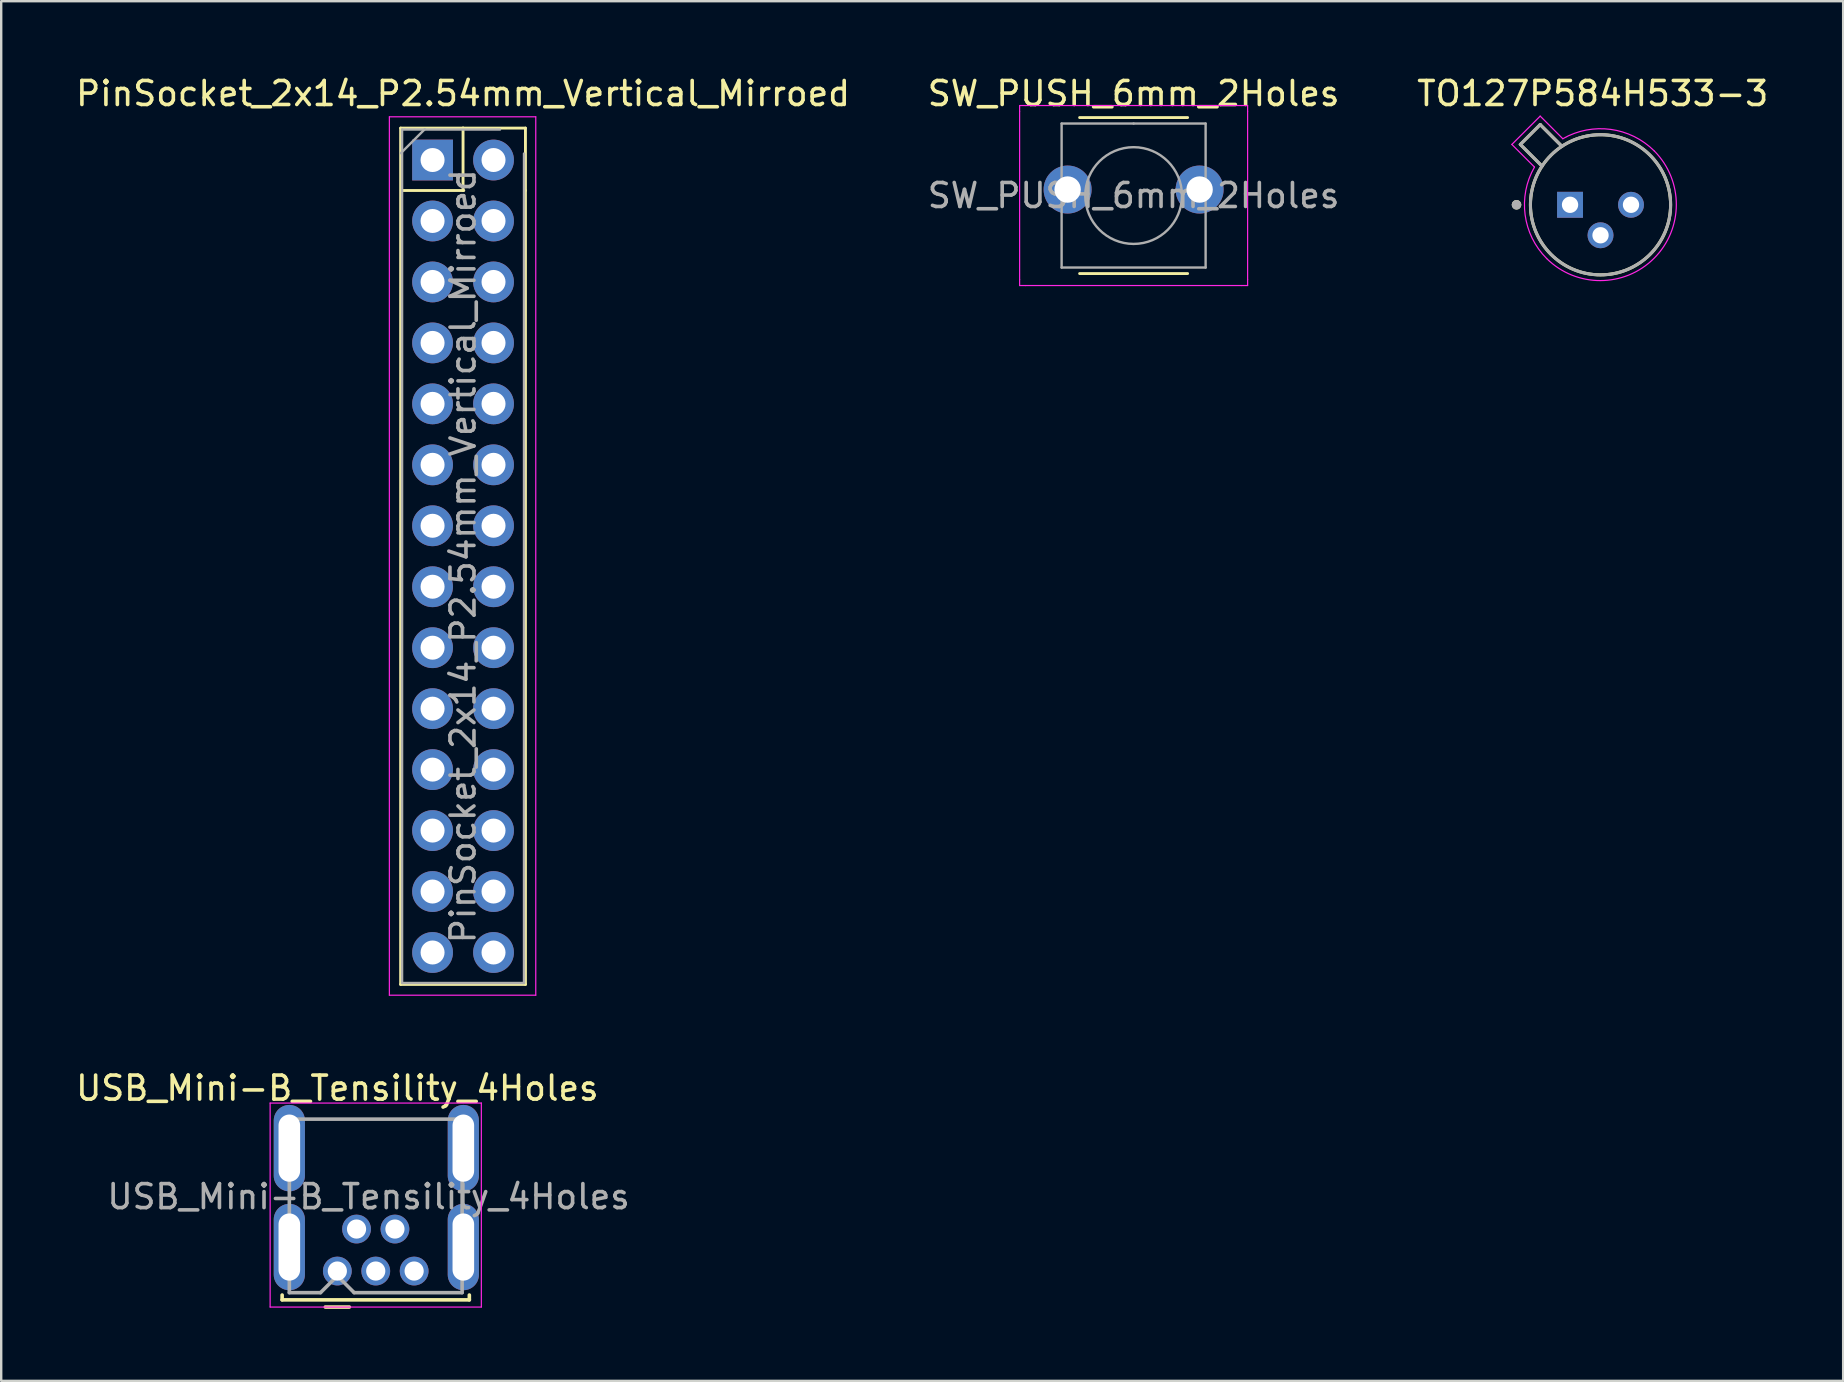
<source format=kicad_pcb>
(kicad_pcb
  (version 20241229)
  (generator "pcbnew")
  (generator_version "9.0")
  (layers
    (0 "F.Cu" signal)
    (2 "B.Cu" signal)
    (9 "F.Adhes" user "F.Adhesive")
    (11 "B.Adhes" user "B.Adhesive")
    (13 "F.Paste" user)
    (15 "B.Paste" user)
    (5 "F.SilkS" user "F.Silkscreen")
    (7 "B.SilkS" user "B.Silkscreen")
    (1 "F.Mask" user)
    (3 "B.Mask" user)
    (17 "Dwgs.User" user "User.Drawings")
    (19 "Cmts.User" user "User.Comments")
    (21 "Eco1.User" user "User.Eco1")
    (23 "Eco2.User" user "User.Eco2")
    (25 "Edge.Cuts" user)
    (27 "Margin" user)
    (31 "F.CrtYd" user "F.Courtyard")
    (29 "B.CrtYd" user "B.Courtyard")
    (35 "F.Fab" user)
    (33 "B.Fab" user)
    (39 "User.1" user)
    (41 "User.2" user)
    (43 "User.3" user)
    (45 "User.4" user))
  (footprint "SW_PUSH_6mm_2Holes"
    (layer "F.Cu")
    (at 40.935 2.848)
    (property "Reference" "SW_PUSH_6mm_2Holes" (at 3.25 -2 0) (layer "F.SilkS") (effects (font (size 1 1) (thickness 0.15))))
    (attr through_hole)
    (fp_line (start 1 5.5) (end 5.5 5.5) (stroke (width 0.12) (type solid)) (layer "F.SilkS"))
    (fp_line (start 5.5 -1) (end 1 -1) (stroke (width 0.12) (type solid)) (layer "F.SilkS"))
    (fp_line (start -1.5 -1.5) (end -1.25 -1.5) (stroke (width 0.05) (type solid)) (layer "F.CrtYd"))
    (fp_line (start -1.5 -1.25) (end -1.5 -1.5) (stroke (width 0.05) (type solid)) (layer "F.CrtYd"))
    (fp_line (start -1.5 5.75) (end -1.5 -1.25) (stroke (width 0.05) (type solid)) (layer "F.CrtYd"))
    (fp_line (start -1.5 5.75) (end -1.5 6) (stroke (width 0.05) (type solid)) (layer "F.CrtYd"))
    (fp_line (start -1.5 6) (end -1.25 6) (stroke (width 0.05) (type solid)) (layer "F.CrtYd"))
    (fp_line (start -1.25 -1.5) (end 7.75 -1.5) (stroke (width 0.05) (type solid)) (layer "F.CrtYd"))
    (fp_line (start 7.75 -1.5) (end 8 -1.5) (stroke (width 0.05) (type solid)) (layer "F.CrtYd"))
    (fp_line (start 7.75 6) (end -1.25 6) (stroke (width 0.05) (type solid)) (layer "F.CrtYd"))
    (fp_line (start 7.75 6) (end 8 6) (stroke (width 0.05) (type solid)) (layer "F.CrtYd"))
    (fp_line (start 8 -1.5) (end 8 -1.25) (stroke (width 0.05) (type solid)) (layer "F.CrtYd"))
    (fp_line (start 8 -1.25) (end 8 5.75) (stroke (width 0.05) (type solid)) (layer "F.CrtYd"))
    (fp_line (start 8 6) (end 8 5.75) (stroke (width 0.05) (type solid)) (layer "F.CrtYd"))
    (fp_line (start 0.25 -0.75) (end 3.25 -0.75) (stroke (width 0.1) (type solid)) (layer "F.Fab"))
    (fp_line (start 0.25 5.25) (end 0.25 -0.75) (stroke (width 0.1) (type solid)) (layer "F.Fab"))
    (fp_line (start 3.25 -0.75) (end 6.25 -0.75) (stroke (width 0.1) (type solid)) (layer "F.Fab"))
    (fp_line (start 6.25 -0.75) (end 6.25 5.25) (stroke (width 0.1) (type solid)) (layer "F.Fab"))
    (fp_line (start 6.25 5.25) (end 0.25 5.25) (stroke (width 0.1) (type solid)) (layer "F.Fab"))
    (fp_circle (center 3.25 2.25) (end 1.25 2.5) (stroke (width 0.1) (type solid)) (fill no) (layer "F.Fab"))
    (fp_text user "${REFERENCE}" (at 3.25 2.25 0) (layer "F.Fab") (effects (font (size 1 1) (thickness 0.15))))
    (pad "1" thru_hole circle (at 0.5 2 90) (size 2 2) (drill 1.1) (layers "*.Cu" "*.Mask"))
    (pad "2" thru_hole circle (at 6 2 90) (size 2 2) (drill 1.1) (layers "*.Cu" "*.Mask")))
  (footprint "USB_Mini-B_Tensility_4Holes"
    (layer "F.Cu")
    (at 11.006 49.911)
    (property "Reference" "USB_Mini-B_Tensility_4Holes" (at 0 -7.62 0) (layer "F.SilkS") (effects (font (size 1 1) (thickness 0.15))))
    (attr through_hole)
    (fp_line (start -2.3 1) (end -2.3 1.2) (stroke (width 0.15) (type solid)) (layer "F.SilkS"))
    (fp_line (start -2.3 1.2) (end 5.5 1.2) (stroke (width 0.15) (type solid)) (layer "F.SilkS"))
    (fp_line (start -0.5 1.5) (end 0.5 1.5) (stroke (width 0.15) (type solid)) (layer "F.SilkS"))
    (fp_line (start 5.5 1.2) (end 5.5 1) (stroke (width 0.15) (type solid)) (layer "F.SilkS"))
    (fp_line (start -2.8 -7) (end -2.8 1.5) (stroke (width 0.05) (type solid)) (layer "F.CrtYd"))
    (fp_line (start -2.8 1.5) (end 6 1.5) (stroke (width 0.05) (type solid)) (layer "F.CrtYd"))
    (fp_line (start 6 -7) (end -2.8 -7) (stroke (width 0.05) (type solid)) (layer "F.CrtYd"))
    (fp_line (start 6 1.5) (end 6 -7) (stroke (width 0.05) (type solid)) (layer "F.CrtYd"))
    (fp_line (start -2 0.9) (end -2 -6.329) (stroke (width 0.15) (type solid)) (layer "F.Fab"))
    (fp_line (start -2 0.9) (end -0.7 0.9) (stroke (width 0.15) (type solid)) (layer "F.Fab"))
    (fp_line (start -0.7 0.9) (end 0 0.2) (stroke (width 0.15) (type solid)) (layer "F.Fab"))
    (fp_line (start 0 0.2) (end 0.7 0.9) (stroke (width 0.15) (type solid)) (layer "F.Fab"))
    (fp_line (start 0.7 0.9) (end 5.2 0.9) (stroke (width 0.15) (type solid)) (layer "F.Fab"))
    (fp_line (start 5.2 -6.329) (end -2 -6.329) (stroke (width 0.15) (type solid)) (layer "F.Fab"))
    (fp_line (start 5.2 -6.329) (end 5.2 0.9) (stroke (width 0.15) (type solid)) (layer "F.Fab"))
    (fp_text user "${REFERENCE}" (at 1.302 -3.098 0) (layer "F.Fab") (effects (font (size 1 1) (thickness 0.15))))
    (pad "1" thru_hole circle (at 3.2 0) (size 1.2 1.2) (drill 0.8) (layers "*.Cu" "*.Mask"))
    (pad "2" thru_hole circle (at 2.4 -1.75) (size 1.2 1.2) (drill 0.8) (layers "*.Cu" "*.Mask"))
    (pad "3" thru_hole circle (at 1.6 0) (size 1.2 1.2) (drill 0.8) (layers "*.Cu" "*.Mask"))
    (pad "4" thru_hole circle (at 0.8 -1.75) (size 1.2 1.2) (drill 0.8) (layers "*.Cu" "*.Mask"))
    (pad "5" thru_hole circle (at 0 0) (size 1.2 1.2) (drill 0.8) (layers "*.Cu" "*.Mask"))
    (pad "6" thru_hole oval (at -2 -5.121) (size 1.3 3.6) (drill oval 0.9 2.8) (layers "*.Cu" "*.Mask"))
    (pad "6" thru_hole oval (at -2 -1) (size 1.3 3.6) (drill oval 0.9 2.8) (layers "*.Cu" "*.Mask"))
    (pad "6" thru_hole oval (at 5.25 -5.121) (size 1.3 3.6) (drill oval 0.9 2.8) (layers "*.Cu" "*.Mask"))
    (pad "6" thru_hole oval (at 5.25 -1) (size 1.3 3.6) (drill oval 0.9 2.8) (layers "*.Cu" "*.Mask")))
  (footprint "TO127P584H533-3"
    (layer "F.Cu")
    (at 63.64 5.483)
    (property "Reference" "TO127P584H533-3" (at -0.325 -4.635 0) (layer "F.SilkS") (effects (font (size 1 1) (thickness 0.15))))
    (attr through_hole)
    (fp_line (start -3.341 -2.514) (end -2.514 -3.341) (stroke (width 0.127) (type solid)) (layer "F.SilkS"))
    (fp_line (start -2.514 -3.341) (end -1.61 -2.437) (stroke (width 0.127) (type solid)) (layer "F.SilkS"))
    (fp_line (start -2.437 -1.61) (end -3.341 -2.514) (stroke (width 0.127) (type solid)) (layer "F.SilkS"))
    (fp_circle (center -3.5 0) (end -3.4 0) (stroke (width 0.2) (type solid)) (fill no) (layer "F.SilkS"))
    (fp_circle (center 0 0) (end 2.92 0) (stroke (width 0.127) (type solid)) (fill no) (layer "F.SilkS"))
    (fp_line (start -3.695 -2.514) (end -2.753 -1.572) (stroke (width 0.05) (type solid)) (layer "F.CrtYd"))
    (fp_line (start -2.514 -3.695) (end -3.695 -2.514) (stroke (width 0.05) (type solid)) (layer "F.CrtYd"))
    (fp_line (start -1.572 -2.753) (end -2.514 -3.695) (stroke (width 0.05) (type solid)) (layer "F.CrtYd"))
    (fp_arc (start -2.24153 2.24153) (mid -3.14161 0.421214) (end -2.75277 -1.571899) (stroke (width 0.05) (type solid)) (layer "F.CrtYd"))
    (fp_arc (start -1.571899 -2.75277) (mid 0.421214 -3.14161) (end 2.24153 -2.24153) (stroke (width 0.05) (type solid)) (layer "F.CrtYd"))
    (fp_arc (start 2.24153 -2.24153) (mid 2.24153 2.24153) (end -2.24153 2.24153) (stroke (width 0.05) (type solid)) (layer "F.CrtYd"))
    (fp_line (start -3.341 -2.514) (end -2.514 -3.341) (stroke (width 0.127) (type solid)) (layer "F.Fab"))
    (fp_line (start -2.514 -3.341) (end -1.61 -2.437) (stroke (width 0.127) (type solid)) (layer "F.Fab"))
    (fp_line (start -2.437 -1.61) (end -3.341 -2.514) (stroke (width 0.127) (type solid)) (layer "F.Fab"))
    (fp_circle (center -3.5 0) (end -3.4 0) (stroke (width 0.2) (type solid)) (fill no) (layer "F.Fab"))
    (fp_circle (center 0 0) (end 2.92 0) (stroke (width 0.127) (type solid)) (fill no) (layer "F.Fab"))
    (pad "1" thru_hole rect (at -1.27 0) (size 1.08 1.08) (drill 0.68) (layers "*.Cu" "*.Mask"))
    (pad "2" thru_hole circle (at 0 1.27) (size 1.08 1.08) (drill 0.68) (layers "*.Cu" "*.Mask"))
    (pad "3" thru_hole circle (at 1.27 0) (size 1.08 1.08) (drill 0.68) (layers "*.Cu" "*.Mask")))
  (footprint "PinSocket_2x14_P2.54mm_Vertical_Mirroed"
    (layer "F.Cu")
    (at 17.514 3.618)
    (property "Reference" "PinSocket_2x14_P2.54mm_Vertical_Mirroed" (at -1.27 -2.77 0) (layer "F.SilkS") (effects (font (size 1 1) (thickness 0.15))))
    (attr through_hole)
    (fp_line (start -3.87 -1.33) (end -3.87 34.35) (stroke (width 0.12) (type solid)) (layer "F.SilkS"))
    (fp_line (start -3.87 -1.33) (end -1.27 -1.33) (stroke (width 0.12) (type solid)) (layer "F.SilkS"))
    (fp_line (start -3.87 34.35) (end 1.33 34.35) (stroke (width 0.12) (type solid)) (layer "F.SilkS"))
    (fp_line (start -3.84 1.27) (end -1.24 1.27) (stroke (width 0.12) (type solid)) (layer "F.SilkS"))
    (fp_line (start -1.27 -1.33) (end -1.27 1.27) (stroke (width 0.12) (type solid)) (layer "F.SilkS"))
    (fp_line (start -1.27 -1.33) (end 1.33 -1.33) (stroke (width 0.12) (type solid)) (layer "F.SilkS"))
    (fp_line (start 1.33 -1.33) (end 1.33 1.27) (stroke (width 0.12) (type solid)) (layer "F.SilkS"))
    (fp_line (start 1.33 1.27) (end 1.33 34.35) (stroke (width 0.12) (type solid)) (layer "F.SilkS"))
    (fp_line (start -4.34 -1.8) (end 1.76 -1.8) (stroke (width 0.05) (type solid)) (layer "F.CrtYd"))
    (fp_line (start -4.34 34.8) (end -4.34 -1.8) (stroke (width 0.05) (type solid)) (layer "F.CrtYd"))
    (fp_line (start 1.76 -1.8) (end 1.76 34.8) (stroke (width 0.05) (type solid)) (layer "F.CrtYd"))
    (fp_line (start 1.76 34.8) (end -4.34 34.8) (stroke (width 0.05) (type solid)) (layer "F.CrtYd"))
    (fp_line (start -3.864 -0.285) (end -2.864 -1.285) (stroke (width 0.1) (type solid)) (layer "F.Fab"))
    (fp_line (start -3.81 -1.27) (end 0.27 -1.27) (stroke (width 0.1) (type solid)) (layer "F.Fab"))
    (fp_line (start -3.81 34.29) (end -3.81 -1.27) (stroke (width 0.1) (type solid)) (layer "F.Fab"))
    (fp_line (start 1.27 -0.27) (end 1.27 34.29) (stroke (width 0.1) (type solid)) (layer "F.Fab"))
    (fp_line (start 1.27 34.29) (end -3.81 34.29) (stroke (width 0.1) (type solid)) (layer "F.Fab"))
    (fp_text user "${REFERENCE}" (at -1.27 16.51 90) (layer "F.Fab") (effects (font (size 1 1) (thickness 0.15))))
    (pad "1" thru_hole rect (at -2.54 0) (size 1.7 1.7) (drill 1) (layers "*.Cu" "*.Mask"))
    (pad "2" thru_hole oval (at 0 0) (size 1.7 1.7) (drill 1) (layers "*.Cu" "*.Mask"))
    (pad "3" thru_hole oval (at -2.54 2.54) (size 1.7 1.7) (drill 1) (layers "*.Cu" "*.Mask"))
    (pad "4" thru_hole oval (at 0 2.54) (size 1.7 1.7) (drill 1) (layers "*.Cu" "*.Mask"))
    (pad "5" thru_hole oval (at -2.54 5.08) (size 1.7 1.7) (drill 1) (layers "*.Cu" "*.Mask"))
    (pad "6" thru_hole oval (at 0 5.08) (size 1.7 1.7) (drill 1) (layers "*.Cu" "*.Mask"))
    (pad "7" thru_hole oval (at -2.54 7.62) (size 1.7 1.7) (drill 1) (layers "*.Cu" "*.Mask"))
    (pad "8" thru_hole oval (at 0 7.62) (size 1.7 1.7) (drill 1) (layers "*.Cu" "*.Mask"))
    (pad "9" thru_hole oval (at -2.54 10.16) (size 1.7 1.7) (drill 1) (layers "*.Cu" "*.Mask"))
    (pad "10" thru_hole oval (at 0 10.16) (size 1.7 1.7) (drill 1) (layers "*.Cu" "*.Mask"))
    (pad "11" thru_hole oval (at -2.54 12.7) (size 1.7 1.7) (drill 1) (layers "*.Cu" "*.Mask"))
    (pad "12" thru_hole oval (at 0 12.7) (size 1.7 1.7) (drill 1) (layers "*.Cu" "*.Mask"))
    (pad "13" thru_hole oval (at -2.54 15.24) (size 1.7 1.7) (drill 1) (layers "*.Cu" "*.Mask"))
    (pad "14" thru_hole oval (at 0 15.24) (size 1.7 1.7) (drill 1) (layers "*.Cu" "*.Mask"))
    (pad "15" thru_hole oval (at -2.54 17.78) (size 1.7 1.7) (drill 1) (layers "*.Cu" "*.Mask"))
    (pad "16" thru_hole oval (at 0 17.78) (size 1.7 1.7) (drill 1) (layers "*.Cu" "*.Mask"))
    (pad "17" thru_hole oval (at -2.54 20.32) (size 1.7 1.7) (drill 1) (layers "*.Cu" "*.Mask"))
    (pad "18" thru_hole oval (at 0 20.32) (size 1.7 1.7) (drill 1) (layers "*.Cu" "*.Mask"))
    (pad "19" thru_hole oval (at -2.54 22.86) (size 1.7 1.7) (drill 1) (layers "*.Cu" "*.Mask"))
    (pad "20" thru_hole oval (at 0 22.86) (size 1.7 1.7) (drill 1) (layers "*.Cu" "*.Mask"))
    (pad "21" thru_hole oval (at -2.54 25.4) (size 1.7 1.7) (drill 1) (layers "*.Cu" "*.Mask"))
    (pad "22" thru_hole oval (at 0 25.4) (size 1.7 1.7) (drill 1) (layers "*.Cu" "*.Mask"))
    (pad "23" thru_hole oval (at -2.54 27.94) (size 1.7 1.7) (drill 1) (layers "*.Cu" "*.Mask"))
    (pad "24" thru_hole oval (at 0 27.94) (size 1.7 1.7) (drill 1) (layers "*.Cu" "*.Mask"))
    (pad "25" thru_hole oval (at -2.54 30.48) (size 1.7 1.7) (drill 1) (layers "*.Cu" "*.Mask"))
    (pad "26" thru_hole oval (at 0 30.48) (size 1.7 1.7) (drill 1) (layers "*.Cu" "*.Mask"))
    (pad "27" thru_hole oval (at -2.54 33.02) (size 1.7 1.7) (drill 1) (layers "*.Cu" "*.Mask"))
    (pad "28" thru_hole oval (at 0 33.02) (size 1.7 1.7) (drill 1) (layers "*.Cu" "*.Mask")))
  (gr_rect
    (start -3 -3)
    (end 73.75 54.486)
    (stroke (width 0.1) (type default))
    (fill no)
    (layer "Edge.Cuts")))
</source>
